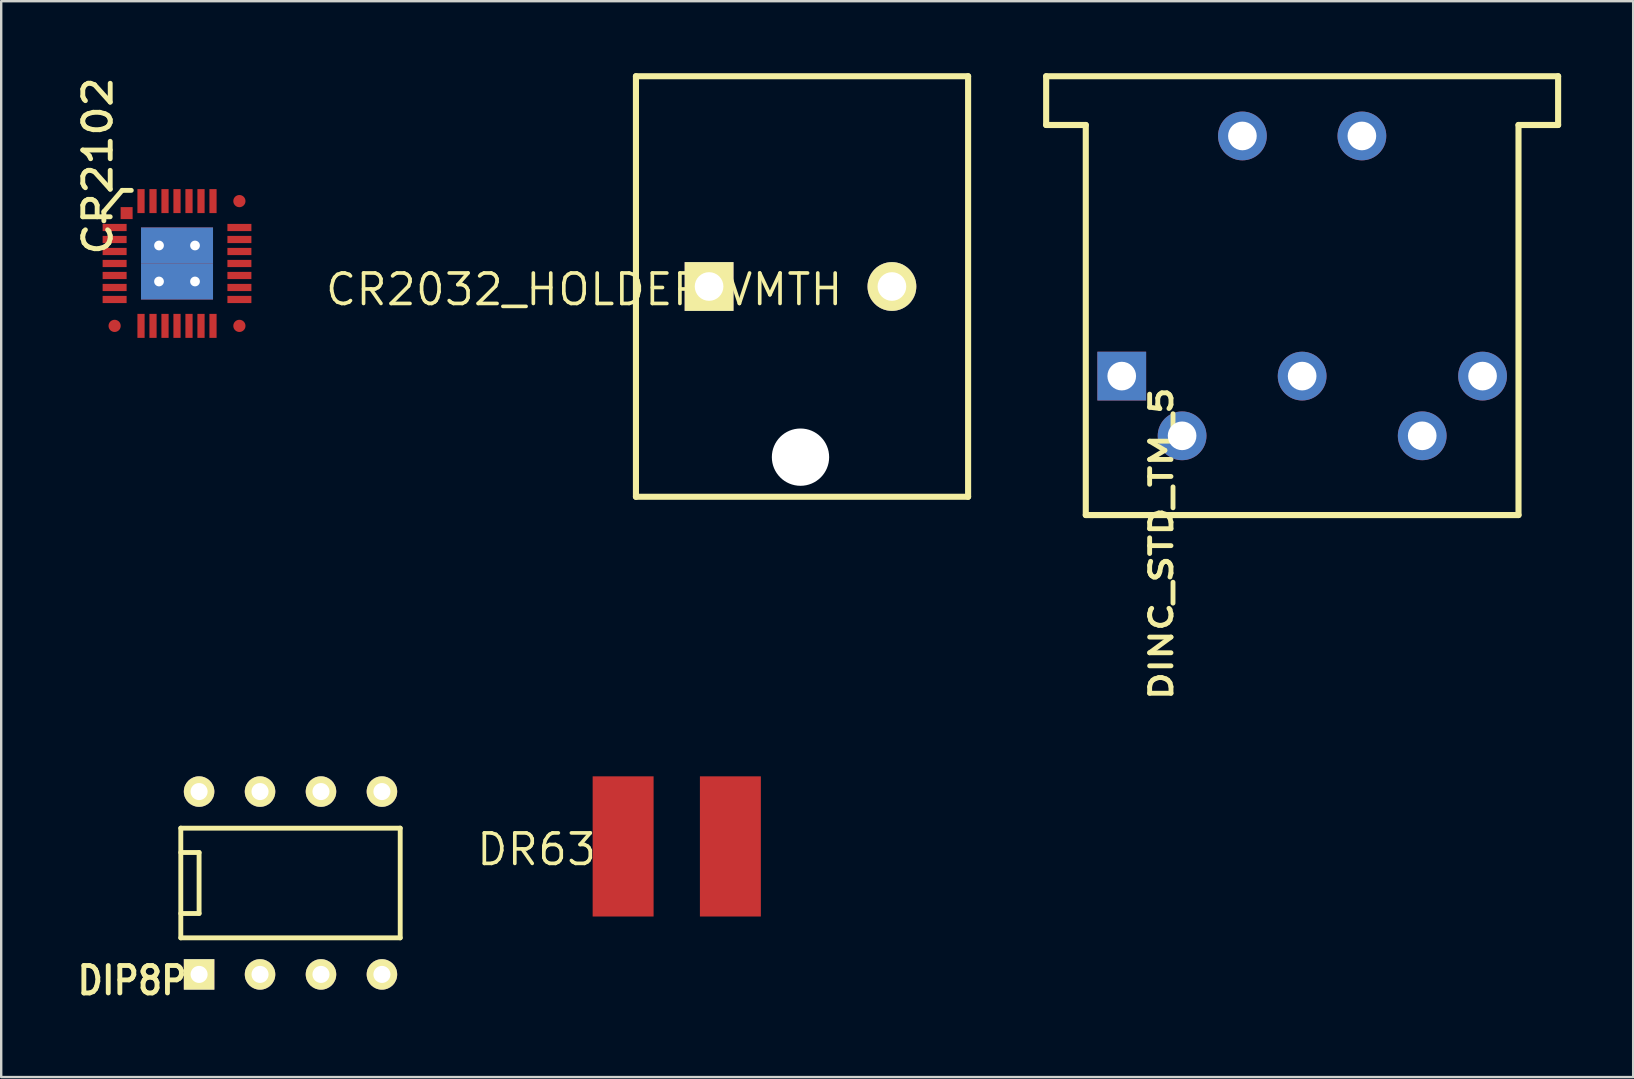
<source format=kicad_pcb>
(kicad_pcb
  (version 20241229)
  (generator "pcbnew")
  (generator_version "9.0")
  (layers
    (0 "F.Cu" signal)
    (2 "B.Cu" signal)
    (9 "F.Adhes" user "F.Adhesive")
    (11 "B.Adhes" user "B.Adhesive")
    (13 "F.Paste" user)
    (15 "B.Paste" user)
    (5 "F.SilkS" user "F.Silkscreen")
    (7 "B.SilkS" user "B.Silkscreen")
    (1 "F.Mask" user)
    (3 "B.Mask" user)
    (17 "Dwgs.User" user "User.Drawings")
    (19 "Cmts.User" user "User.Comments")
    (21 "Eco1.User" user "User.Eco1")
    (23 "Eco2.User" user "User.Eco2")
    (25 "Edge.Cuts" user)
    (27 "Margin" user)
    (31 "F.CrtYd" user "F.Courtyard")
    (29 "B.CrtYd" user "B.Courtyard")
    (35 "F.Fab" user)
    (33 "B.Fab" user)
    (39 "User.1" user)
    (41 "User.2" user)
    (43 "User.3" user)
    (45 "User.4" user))
  (footprint "DR63"
    (layer "F.Cu")
    (at 25.154 32.225)
    (property "Reference" "DR63" (at -5.842 0.127 0) (layer "F.SilkS") (effects (font (size 1.27 1.27) (thickness 0.152))))
    (attr smd)
    (pad "1" smd rect (at -2.235 0) (size 2.54 5.842) (layers "F.Cu" "F.Mask" "F.Paste" "Eco1.User"))
    (pad "2" smd rect (at 2.235 0) (size 2.54 5.842) (layers "F.Cu" "F.Mask" "F.Paste" "Eco1.User")))
  (footprint "CP2102"
    (layer "F.Cu")
    (at 4.327 7.931)
    (property "Reference" "CP2102" (at -3.302 -4.064 90) (layer "F.SilkS") (effects (font (size 1.143 1.27) (thickness 0.203))))
    (attr smd)
    (fp_line (start -3.048 -2.159) (end -2.286 -3.048) (stroke (width 0.203) (type solid)) (layer "F.SilkS"))
    (fp_line (start -3.048 -1.778) (end -3.048 -2.159) (stroke (width 0.203) (type solid)) (layer "F.SilkS"))
    (fp_line (start -1.905 -3.048) (end -2.286 -3.048) (stroke (width 0.203) (type solid)) (layer "F.SilkS"))
    (fp_line (start -3.048 -2.159) (end -3.048 -1.778) (stroke (width 0.203) (type solid)) (layer "Eco1.User"))
    (fp_line (start -2.286 -3.048) (end -3.048 -2.159) (stroke (width 0.203) (type solid)) (layer "Eco1.User"))
    (fp_line (start -1.905 -3.048) (end -2.286 -3.048) (stroke (width 0.203) (type solid)) (layer "Eco1.User"))
    (fp_circle (center -3.175 -3.175) (end -2.794 -3.175) (stroke (width 0.203) (type solid)) (fill no) (layer "Eco1.User"))
    (pad "1" smd rect (at -2.6 -1.5) (size 1 0.3) (layers "F.Cu" "F.Mask" "F.Paste" "Eco1.User"))
    (pad "2" smd rect (at -2.6 -1) (size 1 0.3) (layers "F.Cu" "F.Mask" "F.Paste" "Eco1.User"))
    (pad "3" smd rect (at -2.6 -0.5) (size 1 0.3) (layers "F.Cu" "F.Mask" "F.Paste" "Eco1.User"))
    (pad "4" smd rect (at -2.6 0) (size 1 0.3) (layers "F.Cu" "F.Mask" "F.Paste" "Eco1.User"))
    (pad "5" smd rect (at -2.6 0.5) (size 1 0.3) (layers "F.Cu" "F.Mask" "F.Paste" "Eco1.User"))
    (pad "6" smd rect (at -2.6 1) (size 1 0.3) (layers "F.Cu" "F.Mask" "F.Paste" "Eco1.User"))
    (pad "7" smd rect (at -2.6 1.5) (size 1 0.3) (layers "F.Cu" "F.Mask" "F.Paste" "Eco1.User"))
    (pad "8" smd rect (at -1.5 2.6 90) (size 1 0.3) (layers "F.Cu" "F.Mask" "F.Paste" "Eco1.User"))
    (pad "9" smd rect (at -1 2.6 90) (size 1 0.3) (layers "F.Cu" "F.Mask" "F.Paste" "Eco1.User"))
    (pad "10" smd rect (at -0.5 2.6 90) (size 1 0.3) (layers "F.Cu" "F.Mask" "F.Paste" "Eco1.User"))
    (pad "11" smd rect (at 0 2.6 90) (size 1 0.3) (layers "F.Cu" "F.Mask" "F.Paste" "Eco1.User"))
    (pad "12" smd rect (at 0.5 2.6 90) (size 1 0.3) (layers "F.Cu" "F.Mask" "F.Paste" "Eco1.User"))
    (pad "13" smd rect (at 1 2.6 90) (size 1 0.3) (layers "F.Cu" "F.Mask" "F.Paste" "Eco1.User"))
    (pad "14" smd rect (at 1.5 2.6 90) (size 1 0.3) (layers "F.Cu" "F.Mask" "F.Paste" "Eco1.User"))
    (pad "15" smd rect (at 2.6 1.5 180) (size 1 0.3) (layers "F.Cu" "F.Mask" "F.Paste" "Eco1.User"))
    (pad "16" smd rect (at 2.6 1 180) (size 1 0.3) (layers "F.Cu" "F.Mask" "F.Paste" "Eco1.User"))
    (pad "17" smd rect (at 2.6 0.5 180) (size 1 0.3) (layers "F.Cu" "F.Mask" "F.Paste" "Eco1.User"))
    (pad "18" smd rect (at 2.6 0 180) (size 1 0.3) (layers "F.Cu" "F.Mask" "F.Paste" "Eco1.User"))
    (pad "19" smd rect (at 2.6 -0.5 180) (size 1 0.3) (layers "F.Cu" "F.Mask" "F.Paste" "Eco1.User"))
    (pad "20" smd rect (at 2.6 -1 180) (size 1 0.3) (layers "F.Cu" "F.Mask" "F.Paste" "Eco1.User"))
    (pad "21" smd rect (at 2.6 -1.5 180) (size 1 0.3) (layers "F.Cu" "F.Mask" "F.Paste" "Eco1.User"))
    (pad "22" smd rect (at 1.5 -2.6 270) (size 1 0.3) (layers "F.Cu" "F.Mask" "F.Paste" "Eco1.User"))
    (pad "23" smd rect (at 1 -2.6 270) (size 1 0.3) (layers "F.Cu" "F.Mask" "F.Paste" "Eco1.User"))
    (pad "24" smd rect (at 0.5 -2.6 270) (size 1 0.3) (layers "F.Cu" "F.Mask" "F.Paste" "Eco1.User"))
    (pad "25" smd rect (at 0 -2.6 270) (size 1 0.3) (layers "F.Cu" "F.Mask" "F.Paste" "Eco1.User"))
    (pad "26" smd rect (at -0.5 -2.6 270) (size 1 0.3) (layers "F.Cu" "F.Mask" "F.Paste" "Eco1.User"))
    (pad "27" smd rect (at -1 -2.6 270) (size 1 0.3) (layers "F.Cu" "F.Mask" "F.Paste" "Eco1.User"))
    (pad "28" smd rect (at -1.5 -2.6 270) (size 1 0.3) (layers "F.Cu" "F.Mask" "F.Paste" "Eco1.User"))
    (pad "29" smd rect (at -2.1 -2.1) (size 0.5 0.5) (layers "F.Cu"))
    (pad "29" thru_hole rect (at -0.75 -0.75) (size 1.501 1.501) (drill 0.406) (layers "*.Cu" "*.Mask" "F.Paste"))
    (pad "29" thru_hole rect (at -0.75 0.75) (size 1.501 1.501) (drill 0.406) (layers "*.Cu" "*.Mask" "F.Paste"))
    (pad "29" thru_hole rect (at 0.75 -0.75) (size 1.501 1.501) (drill 0.406) (layers "*.Cu" "*.Mask" "F.Paste"))
    (pad "29" thru_hole rect (at 0.75 0.75) (size 1.501 1.501) (drill 0.406) (layers "*.Cu" "*.Mask" "F.Paste"))
    (pad "30" smd circle (at -2.6 2.6) (size 0.508 0.508) (layers "F.Cu" "F.Mask"))
    (pad "30" smd circle (at 2.6 -2.6) (size 0.508 0.508) (layers "F.Cu" "F.Mask"))
    (pad "30" smd circle (at 2.6 2.6) (size 0.508 0.508) (layers "F.Cu" "F.Mask")))
  (footprint "DIP8P"
    (layer "F.Cu")
    (at 9.057 33.749)
    (property "Reference" "DIP8P" (at -6.604 4.064 0) (layer "F.SilkS") (effects (font (size 1.143 1.016) (thickness 0.203))))
    (attr smd)
    (fp_line (start -4.572 -2.286) (end -4.572 2.286) (stroke (width 0.203) (type solid)) (layer "F.SilkS"))
    (fp_line (start -4.572 -2.286) (end 4.572 -2.286) (stroke (width 0.203) (type solid)) (layer "F.SilkS"))
    (fp_line (start -3.81 -1.27) (end -4.572 -1.27) (stroke (width 0.203) (type solid)) (layer "F.SilkS"))
    (fp_line (start -3.81 -1.27) (end -3.81 1.27) (stroke (width 0.203) (type solid)) (layer "F.SilkS"))
    (fp_line (start -3.81 1.27) (end -4.572 1.27) (stroke (width 0.203) (type solid)) (layer "F.SilkS"))
    (fp_line (start 4.572 -2.286) (end 4.572 2.286) (stroke (width 0.203) (type solid)) (layer "F.SilkS"))
    (fp_line (start 4.572 2.286) (end -4.572 2.286) (stroke (width 0.203) (type solid)) (layer "F.SilkS"))
    (pad "1" thru_hole rect (at -3.81 3.81) (size 1.27 1.27) (drill 0.711) (layers "*.Cu" "*.Mask" "F.SilkS"))
    (pad "2" thru_hole circle (at -1.27 3.81) (size 1.27 1.27) (drill 0.711) (layers "*.Cu" "*.Mask" "F.SilkS"))
    (pad "3" thru_hole circle (at 1.27 3.81) (size 1.27 1.27) (drill 0.711) (layers "*.Cu" "*.Mask" "F.SilkS"))
    (pad "4" thru_hole circle (at 3.81 3.81) (size 1.27 1.27) (drill 0.711) (layers "*.Cu" "*.Mask" "F.SilkS"))
    (pad "5" thru_hole circle (at 3.81 -3.81) (size 1.27 1.27) (drill 0.711) (layers "*.Cu" "*.Mask" "F.SilkS"))
    (pad "6" thru_hole circle (at 1.27 -3.81) (size 1.27 1.27) (drill 0.711) (layers "*.Cu" "*.Mask" "F.SilkS"))
    (pad "7" thru_hole circle (at -1.27 -3.81) (size 1.27 1.27) (drill 0.711) (layers "*.Cu" "*.Mask" "F.SilkS"))
    (pad "8" thru_hole circle (at -3.81 -3.81) (size 1.27 1.27) (drill 0.711) (layers "*.Cu" "*.Mask" "F.SilkS")))
  (footprint "DINC_STD_TM_5"
    (layer "F.Cu")
    (at 43.699 12.624)
    (property "Reference" "DINC_STD_TM_5" (at 1.651 6.985 90) (layer "F.SilkS") (effects (font (size 0.889 1.143) (thickness 0.203))))
    (attr through_hole)
    (fp_line (start -3.15 -12.497) (end 18.186 -12.497) (stroke (width 0.254) (type solid)) (layer "F.SilkS"))
    (fp_line (start -3.15 -10.465) (end -3.15 -12.497) (stroke (width 0.254) (type solid)) (layer "F.SilkS"))
    (fp_line (start -1.499 -10.465) (end -3.15 -10.465) (stroke (width 0.254) (type solid)) (layer "F.SilkS"))
    (fp_line (start -1.499 5.791) (end -1.499 -10.465) (stroke (width 0.254) (type solid)) (layer "F.SilkS"))
    (fp_line (start 16.535 -10.465) (end 16.535 5.791) (stroke (width 0.254) (type solid)) (layer "F.SilkS"))
    (fp_line (start 16.535 5.791) (end -1.499 5.791) (stroke (width 0.254) (type solid)) (layer "F.SilkS"))
    (fp_line (start 18.186 -12.497) (end 18.186 -10.465) (stroke (width 0.254) (type solid)) (layer "F.SilkS"))
    (fp_line (start 18.186 -10.465) (end 16.535 -10.465) (stroke (width 0.254) (type solid)) (layer "F.SilkS"))
    (pad "1" thru_hole rect (at 0 0) (size 2.032 2.032) (drill 1.194) (layers "*.Cu" "*.Mask"))
    (pad "2" thru_hole circle (at 7.518 0) (size 2.032 2.032) (drill 1.194) (layers "*.Cu" "*.Mask"))
    (pad "3" thru_hole circle (at 15.037 0) (size 2.032 2.032) (drill 1.194) (layers "*.Cu" "*.Mask"))
    (pad "4" thru_hole circle (at 2.515 2.489) (size 2.032 2.032) (drill 1.194) (layers "*.Cu" "*.Mask"))
    (pad "5" thru_hole circle (at 12.522 2.489) (size 2.032 2.032) (drill 1.194) (layers "*.Cu" "*.Mask"))
    (pad "6" thru_hole circle (at 10.008 -10.008) (size 2.032 2.032) (drill 1.194) (layers "*.Cu" "*.Mask"))
    (pad "7" thru_hole circle (at 5.029 -10.008) (size 2.032 2.032) (drill 1.194) (layers "*.Cu" "*.Mask")))
  (footprint "CR2032_HOLDER_VMTH"
    (layer "F.Cu")
    (at 26.501 8.89)
    (property "Reference" "CR2032_HOLDER_VMTH" (at -5.207 0.127 0) (layer "F.SilkS") (effects (font (size 1.27 1.27) (thickness 0.152))))
    (attr through_hole)
    (fp_line (start -3.048 -8.763) (end -3.048 8.763) (stroke (width 0.254) (type solid)) (layer "F.SilkS"))
    (fp_line (start -3.048 -8.763) (end 10.795 -8.763) (stroke (width 0.254) (type solid)) (layer "F.SilkS"))
    (fp_line (start -3.048 8.763) (end 10.795 8.763) (stroke (width 0.254) (type solid)) (layer "F.SilkS"))
    (fp_line (start 10.795 8.763) (end 10.795 -8.763) (stroke (width 0.254) (type solid)) (layer "F.SilkS"))
    (pad "" np_thru_hole circle (at 3.81 7.112) (size 2.388 2.388) (drill 2.388) (layers "*.Cu" "*.Mask" "Eco1.User"))
    (pad "1" thru_hole rect (at 0 0) (size 2.032 2.032) (drill 1.194) (layers "*.Cu" "*.Mask" "F.SilkS" "Eco1.User"))
    (pad "2" thru_hole circle (at 7.62 0) (size 2.032 2.032) (drill 1.194) (layers "*.Cu" "*.Mask" "F.SilkS" "Eco1.User")))
  (gr_rect
    (start -3 -3)
    (end 65.013 41.838)
    (stroke (width 0.1) (type default))
    (fill no)
    (layer "Edge.Cuts")))
</source>
